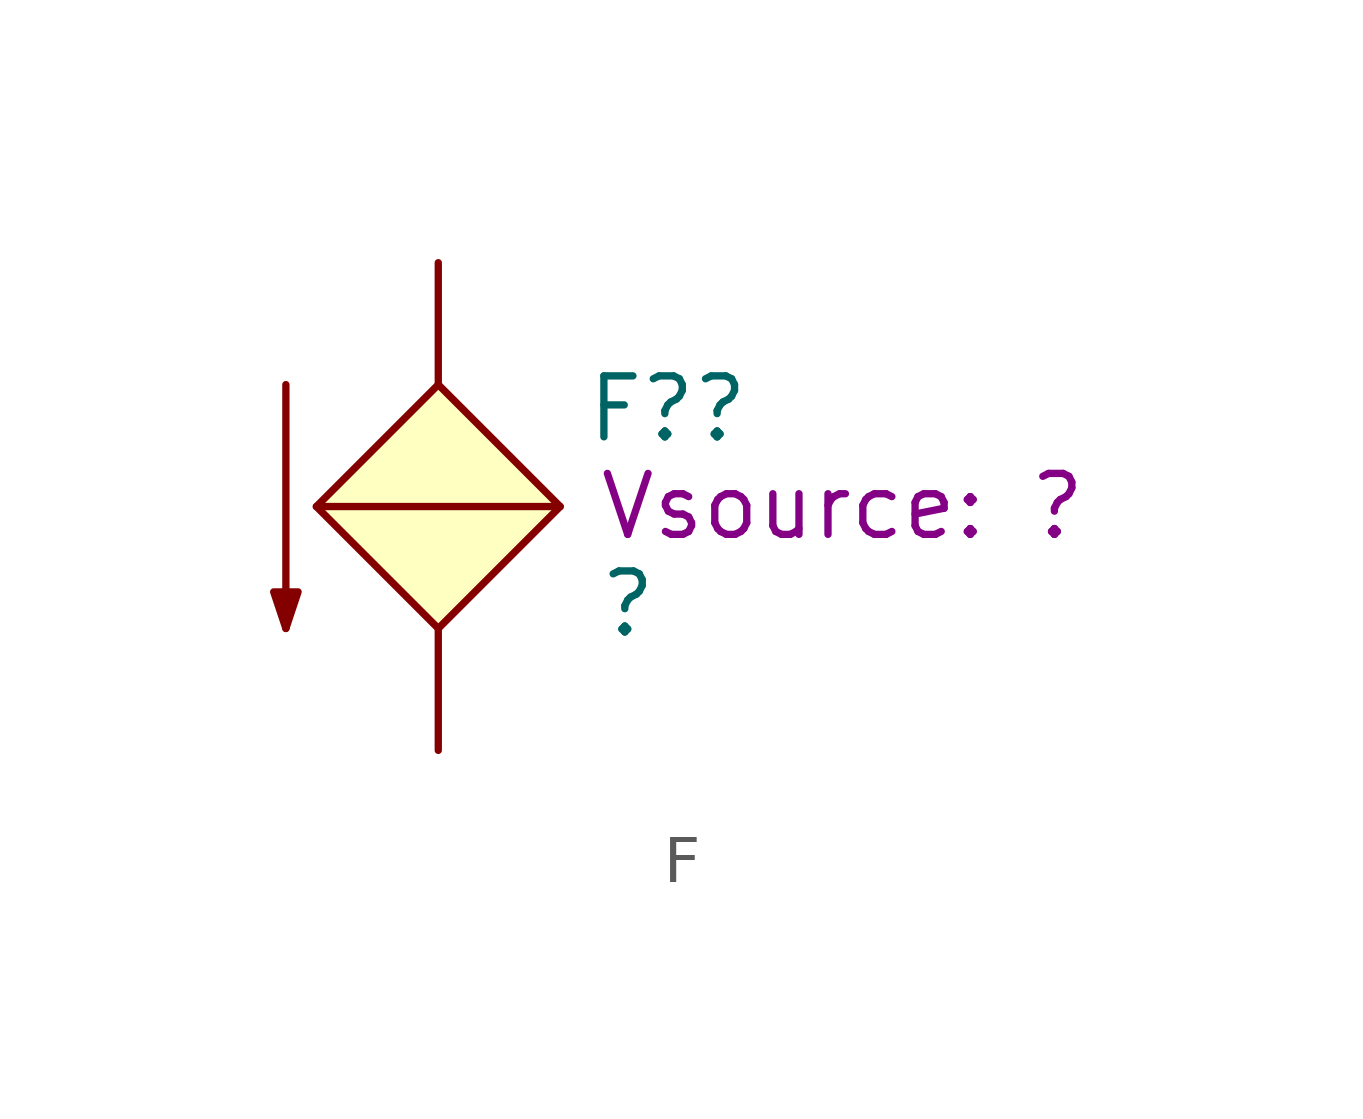
<source format=kicad_sym>
(kicad_symbol_lib
  (version 20241209)
  (generator "kicad_symbol_editor")
  (generator_version "9.0")
  (symbol "F"
    (pin_numbers
      (hide yes))
    (pin_names
      (offset 0)
      (hide yes))
    (property "Reference" "F?"
      (at 3.048 2.032 0)
      (effects (font (size 1.27 1.27)) (justify left)))
    (property "Value" "?"
      (at 3.302 -2.032 0)
      (effects (font (size 1.27 1.27)) (justify left)))
    (property "Vsource" "?"
      (at 3.302 0 0)
      (show_name)
      (effects (font (size 1.27 1.27)) (justify left)))
    (symbol "F_0_1"
      (polyline (pts (xy -3.175 -2.54) (xy -3.175 2.54)) (stroke (width 0) (type solid)) (fill (type none)))
      (polyline (pts (xy -3.175 -2.54) (xy -3.429 -1.778) (xy -2.921 -1.778) (xy -3.175 -2.54)) (stroke (width 0) (type solid)) (fill (type outline)))
      (polyline (pts (xy -2.54 0) (xy 2.54 0)) (stroke (width 0) (type solid)) (fill (type none))))
    (symbol "F_1_0"
      (pin power_out line (at 0 5.08 270) (length 2.54) (name "outP" (effects (font (size 1.27 1.27)))) (number "1" (effects (font (size 1.27 1.27)))))
      (pin power_out line (at 0 -5.08 90) (length 2.54) (name "outN" (effects (font (size 1.27 1.27)))) (number "2" (effects (font (size 1.27 1.27))))))
    (symbol "F_1_1"
      (polyline (pts (xy 0 2.54) (xy -2.54 0) (xy 0 -2.54) (xy 2.54 0) (xy 0 2.54)) (stroke (width 0) (type default)) (fill (type background))))))
</source>
